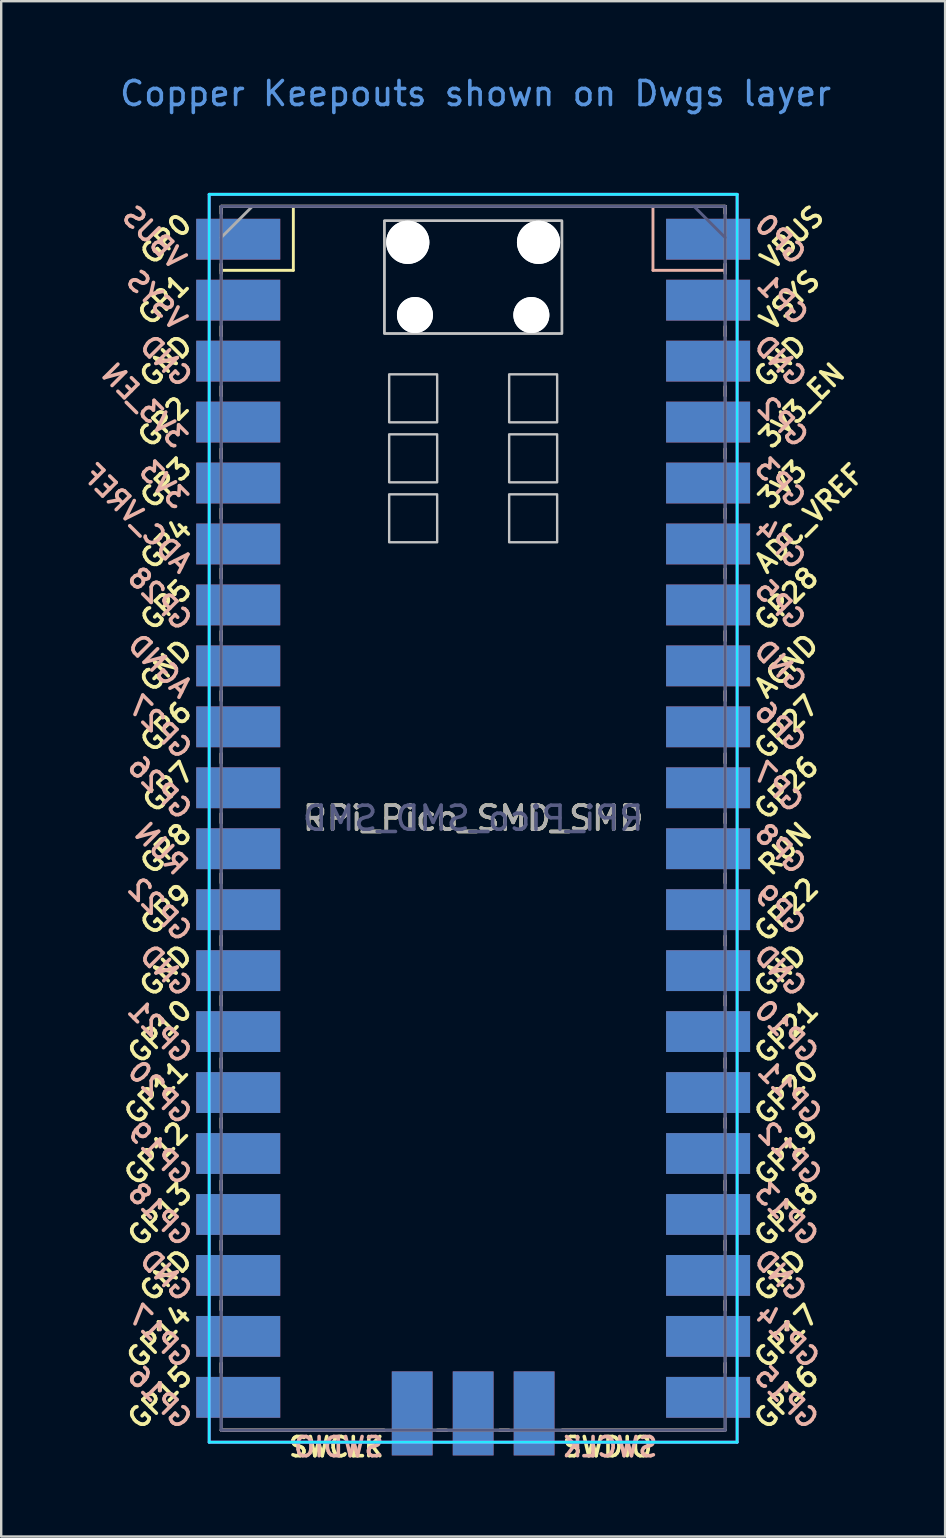
<source format=kicad_pcb>
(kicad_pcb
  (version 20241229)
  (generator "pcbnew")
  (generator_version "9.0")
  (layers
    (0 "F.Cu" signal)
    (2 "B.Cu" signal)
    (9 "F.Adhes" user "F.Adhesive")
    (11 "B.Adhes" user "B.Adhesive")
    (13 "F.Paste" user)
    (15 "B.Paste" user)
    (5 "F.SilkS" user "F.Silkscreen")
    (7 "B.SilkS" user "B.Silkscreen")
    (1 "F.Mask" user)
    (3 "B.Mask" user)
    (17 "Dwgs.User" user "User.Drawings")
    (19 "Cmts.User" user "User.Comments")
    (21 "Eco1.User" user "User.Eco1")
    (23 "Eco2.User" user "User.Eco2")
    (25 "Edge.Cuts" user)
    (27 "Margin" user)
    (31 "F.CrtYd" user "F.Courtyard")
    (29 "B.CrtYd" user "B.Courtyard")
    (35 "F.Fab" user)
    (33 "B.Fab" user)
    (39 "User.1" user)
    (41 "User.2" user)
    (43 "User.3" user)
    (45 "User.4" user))
  (footprint "RPi_Pico_SMD_SMD"
    (layer "F.Cu")
    (at 16.667 31.048)
    (property "Reference" "RPi_Pico_SMD_SMD" (at 0 0 0) (layer "F.SilkS") (effects (font (size 1 1) (thickness 0.15))))
    (attr through_hole)
    (fp_line (start -10.5 -25.5) (end -10.5 -25.2) (stroke (width 0.12) (type solid)) (layer "F.SilkS"))
    (fp_line (start -10.5 -25.5) (end 10.5 -25.5) (stroke (width 0.12) (type solid)) (layer "F.SilkS"))
    (fp_line (start -10.5 -23.1) (end -10.5 -22.7) (stroke (width 0.12) (type solid)) (layer "F.SilkS"))
    (fp_line (start -10.5 -22.833) (end -7.493 -22.833) (stroke (width 0.12) (type solid)) (layer "F.SilkS"))
    (fp_line (start -10.5 -20.5) (end -10.5 -20.1) (stroke (width 0.12) (type solid)) (layer "F.SilkS"))
    (fp_line (start -10.5 -18) (end -10.5 -17.6) (stroke (width 0.12) (type solid)) (layer "F.SilkS"))
    (fp_line (start -10.5 -15.4) (end -10.5 -15) (stroke (width 0.12) (type solid)) (layer "F.SilkS"))
    (fp_line (start -10.5 -12.9) (end -10.5 -12.5) (stroke (width 0.12) (type solid)) (layer "F.SilkS"))
    (fp_line (start -10.5 -10.4) (end -10.5 -10) (stroke (width 0.12) (type solid)) (layer "F.SilkS"))
    (fp_line (start -10.5 -7.8) (end -10.5 -7.4) (stroke (width 0.12) (type solid)) (layer "F.SilkS"))
    (fp_line (start -10.5 -5.3) (end -10.5 -4.9) (stroke (width 0.12) (type solid)) (layer "F.SilkS"))
    (fp_line (start -10.5 -2.7) (end -10.5 -2.3) (stroke (width 0.12) (type solid)) (layer "F.SilkS"))
    (fp_line (start -10.5 -0.2) (end -10.5 0.2) (stroke (width 0.12) (type solid)) (layer "F.SilkS"))
    (fp_line (start -10.5 2.3) (end -10.5 2.7) (stroke (width 0.12) (type solid)) (layer "F.SilkS"))
    (fp_line (start -10.5 4.9) (end -10.5 5.3) (stroke (width 0.12) (type solid)) (layer "F.SilkS"))
    (fp_line (start -10.5 7.4) (end -10.5 7.8) (stroke (width 0.12) (type solid)) (layer "F.SilkS"))
    (fp_line (start -10.5 10) (end -10.5 10.4) (stroke (width 0.12) (type solid)) (layer "F.SilkS"))
    (fp_line (start -10.5 12.5) (end -10.5 12.9) (stroke (width 0.12) (type solid)) (layer "F.SilkS"))
    (fp_line (start -10.5 15.1) (end -10.5 15.5) (stroke (width 0.12) (type solid)) (layer "F.SilkS"))
    (fp_line (start -10.5 17.6) (end -10.5 18) (stroke (width 0.12) (type solid)) (layer "F.SilkS"))
    (fp_line (start -10.5 20.1) (end -10.5 20.5) (stroke (width 0.12) (type solid)) (layer "F.SilkS"))
    (fp_line (start -10.5 22.7) (end -10.5 23.1) (stroke (width 0.12) (type solid)) (layer "F.SilkS"))
    (fp_line (start -7.493 -22.833) (end -7.493 -25.5) (stroke (width 0.12) (type solid)) (layer "F.SilkS"))
    (fp_line (start -3.7 25.5) (end -10.5 25.5) (stroke (width 0.12) (type solid)) (layer "F.SilkS"))
    (fp_line (start -1.5 25.5) (end -1.1 25.5) (stroke (width 0.12) (type solid)) (layer "F.SilkS"))
    (fp_line (start 1.1 25.5) (end 1.5 25.5) (stroke (width 0.12) (type solid)) (layer "F.SilkS"))
    (fp_line (start 10.5 -25.5) (end 10.5 -25.2) (stroke (width 0.12) (type solid)) (layer "F.SilkS"))
    (fp_line (start 10.5 -23.1) (end 10.5 -22.7) (stroke (width 0.12) (type solid)) (layer "F.SilkS"))
    (fp_line (start 10.5 -20.5) (end 10.5 -20.1) (stroke (width 0.12) (type solid)) (layer "F.SilkS"))
    (fp_line (start 10.5 -18) (end 10.5 -17.6) (stroke (width 0.12) (type solid)) (layer "F.SilkS"))
    (fp_line (start 10.5 -15.4) (end 10.5 -15) (stroke (width 0.12) (type solid)) (layer "F.SilkS"))
    (fp_line (start 10.5 -12.9) (end 10.5 -12.5) (stroke (width 0.12) (type solid)) (layer "F.SilkS"))
    (fp_line (start 10.5 -10.4) (end 10.5 -10) (stroke (width 0.12) (type solid)) (layer "F.SilkS"))
    (fp_line (start 10.5 -7.8) (end 10.5 -7.4) (stroke (width 0.12) (type solid)) (layer "F.SilkS"))
    (fp_line (start 10.5 -5.3) (end 10.5 -4.9) (stroke (width 0.12) (type solid)) (layer "F.SilkS"))
    (fp_line (start 10.5 -2.7) (end 10.5 -2.3) (stroke (width 0.12) (type solid)) (layer "F.SilkS"))
    (fp_line (start 10.5 -0.2) (end 10.5 0.2) (stroke (width 0.12) (type solid)) (layer "F.SilkS"))
    (fp_line (start 10.5 2.3) (end 10.5 2.7) (stroke (width 0.12) (type solid)) (layer "F.SilkS"))
    (fp_line (start 10.5 4.9) (end 10.5 5.3) (stroke (width 0.12) (type solid)) (layer "F.SilkS"))
    (fp_line (start 10.5 7.4) (end 10.5 7.8) (stroke (width 0.12) (type solid)) (layer "F.SilkS"))
    (fp_line (start 10.5 10) (end 10.5 10.4) (stroke (width 0.12) (type solid)) (layer "F.SilkS"))
    (fp_line (start 10.5 12.5) (end 10.5 12.9) (stroke (width 0.12) (type solid)) (layer "F.SilkS"))
    (fp_line (start 10.5 15.1) (end 10.5 15.5) (stroke (width 0.12) (type solid)) (layer "F.SilkS"))
    (fp_line (start 10.5 17.6) (end 10.5 18) (stroke (width 0.12) (type solid)) (layer "F.SilkS"))
    (fp_line (start 10.5 20.1) (end 10.5 20.5) (stroke (width 0.12) (type solid)) (layer "F.SilkS"))
    (fp_line (start 10.5 22.7) (end 10.5 23.1) (stroke (width 0.12) (type solid)) (layer "F.SilkS"))
    (fp_line (start 10.5 25.5) (end 3.7 25.5) (stroke (width 0.12) (type solid)) (layer "F.SilkS"))
    (fp_line (start -10.5 -25.5) (end -10.5 -25.2) (stroke (width 0.12) (type solid)) (layer "B.SilkS"))
    (fp_line (start -10.5 -23.1) (end -10.5 -22.7) (stroke (width 0.12) (type solid)) (layer "B.SilkS"))
    (fp_line (start -10.5 -20.5) (end -10.5 -20.1) (stroke (width 0.12) (type solid)) (layer "B.SilkS"))
    (fp_line (start -10.5 -18) (end -10.5 -17.6) (stroke (width 0.12) (type solid)) (layer "B.SilkS"))
    (fp_line (start -10.5 -15.4) (end -10.5 -15) (stroke (width 0.12) (type solid)) (layer "B.SilkS"))
    (fp_line (start -10.5 -12.9) (end -10.5 -12.5) (stroke (width 0.12) (type solid)) (layer "B.SilkS"))
    (fp_line (start -10.5 -10.4) (end -10.5 -10) (stroke (width 0.12) (type solid)) (layer "B.SilkS"))
    (fp_line (start -10.5 -7.8) (end -10.5 -7.4) (stroke (width 0.12) (type solid)) (layer "B.SilkS"))
    (fp_line (start -10.5 -5.3) (end -10.5 -4.9) (stroke (width 0.12) (type solid)) (layer "B.SilkS"))
    (fp_line (start -10.5 -2.7) (end -10.5 -2.3) (stroke (width 0.12) (type solid)) (layer "B.SilkS"))
    (fp_line (start -10.5 -0.2) (end -10.5 0.2) (stroke (width 0.12) (type solid)) (layer "B.SilkS"))
    (fp_line (start -10.5 2.3) (end -10.5 2.7) (stroke (width 0.12) (type solid)) (layer "B.SilkS"))
    (fp_line (start -10.5 4.9) (end -10.5 5.3) (stroke (width 0.12) (type solid)) (layer "B.SilkS"))
    (fp_line (start -10.5 7.4) (end -10.5 7.8) (stroke (width 0.12) (type solid)) (layer "B.SilkS"))
    (fp_line (start -10.5 10) (end -10.5 10.4) (stroke (width 0.12) (type solid)) (layer "B.SilkS"))
    (fp_line (start -10.5 12.5) (end -10.5 12.9) (stroke (width 0.12) (type solid)) (layer "B.SilkS"))
    (fp_line (start -10.5 15.1) (end -10.5 15.5) (stroke (width 0.12) (type solid)) (layer "B.SilkS"))
    (fp_line (start -10.5 17.6) (end -10.5 18) (stroke (width 0.12) (type solid)) (layer "B.SilkS"))
    (fp_line (start -10.5 20.1) (end -10.5 20.5) (stroke (width 0.12) (type solid)) (layer "B.SilkS"))
    (fp_line (start -10.5 22.7) (end -10.5 23.1) (stroke (width 0.12) (type solid)) (layer "B.SilkS"))
    (fp_line (start -10.5 25.5) (end -3.7 25.5) (stroke (width 0.12) (type solid)) (layer "B.SilkS"))
    (fp_line (start -1.1 25.5) (end -1.5 25.5) (stroke (width 0.12) (type solid)) (layer "B.SilkS"))
    (fp_line (start 1.5 25.5) (end 1.1 25.5) (stroke (width 0.12) (type solid)) (layer "B.SilkS"))
    (fp_line (start 3.7 25.5) (end 10.5 25.5) (stroke (width 0.12) (type solid)) (layer "B.SilkS"))
    (fp_line (start 7.493 -22.833) (end 7.493 -25.5) (stroke (width 0.12) (type solid)) (layer "B.SilkS"))
    (fp_line (start 10.5 -25.5) (end -10.5 -25.5) (stroke (width 0.12) (type solid)) (layer "B.SilkS"))
    (fp_line (start 10.5 -25.5) (end 10.5 -25.2) (stroke (width 0.12) (type solid)) (layer "B.SilkS"))
    (fp_line (start 10.5 -23.1) (end 10.5 -22.7) (stroke (width 0.12) (type solid)) (layer "B.SilkS"))
    (fp_line (start 10.5 -22.833) (end 7.493 -22.833) (stroke (width 0.12) (type solid)) (layer "B.SilkS"))
    (fp_line (start 10.5 -20.5) (end 10.5 -20.1) (stroke (width 0.12) (type solid)) (layer "B.SilkS"))
    (fp_line (start 10.5 -18) (end 10.5 -17.6) (stroke (width 0.12) (type solid)) (layer "B.SilkS"))
    (fp_line (start 10.5 -15.4) (end 10.5 -15) (stroke (width 0.12) (type solid)) (layer "B.SilkS"))
    (fp_line (start 10.5 -12.9) (end 10.5 -12.5) (stroke (width 0.12) (type solid)) (layer "B.SilkS"))
    (fp_line (start 10.5 -10.4) (end 10.5 -10) (stroke (width 0.12) (type solid)) (layer "B.SilkS"))
    (fp_line (start 10.5 -7.8) (end 10.5 -7.4) (stroke (width 0.12) (type solid)) (layer "B.SilkS"))
    (fp_line (start 10.5 -5.3) (end 10.5 -4.9) (stroke (width 0.12) (type solid)) (layer "B.SilkS"))
    (fp_line (start 10.5 -2.7) (end 10.5 -2.3) (stroke (width 0.12) (type solid)) (layer "B.SilkS"))
    (fp_line (start 10.5 -0.2) (end 10.5 0.2) (stroke (width 0.12) (type solid)) (layer "B.SilkS"))
    (fp_line (start 10.5 2.3) (end 10.5 2.7) (stroke (width 0.12) (type solid)) (layer "B.SilkS"))
    (fp_line (start 10.5 4.9) (end 10.5 5.3) (stroke (width 0.12) (type solid)) (layer "B.SilkS"))
    (fp_line (start 10.5 7.4) (end 10.5 7.8) (stroke (width 0.12) (type solid)) (layer "B.SilkS"))
    (fp_line (start 10.5 10) (end 10.5 10.4) (stroke (width 0.12) (type solid)) (layer "B.SilkS"))
    (fp_line (start 10.5 12.5) (end 10.5 12.9) (stroke (width 0.12) (type solid)) (layer "B.SilkS"))
    (fp_line (start 10.5 15.1) (end 10.5 15.5) (stroke (width 0.12) (type solid)) (layer "B.SilkS"))
    (fp_line (start 10.5 17.6) (end 10.5 18) (stroke (width 0.12) (type solid)) (layer "B.SilkS"))
    (fp_line (start 10.5 20.1) (end 10.5 20.5) (stroke (width 0.12) (type solid)) (layer "B.SilkS"))
    (fp_line (start 10.5 22.7) (end 10.5 23.1) (stroke (width 0.12) (type solid)) (layer "B.SilkS"))
    (fp_poly (pts (xy -3.7 -20.2) (xy 3.7 -20.2) (xy 3.7 -24.9) (xy -3.7 -24.9)) (stroke (width 0.1) (type solid)) (fill no) (layer "Dwgs.User"))
    (fp_poly (pts (xy -1.5 -16.5) (xy -3.5 -16.5) (xy -3.5 -18.5) (xy -1.5 -18.5)) (stroke (width 0.1) (type solid)) (fill no) (layer "Dwgs.User"))
    (fp_poly (pts (xy -1.5 -14) (xy -3.5 -14) (xy -3.5 -16) (xy -1.5 -16)) (stroke (width 0.1) (type solid)) (fill no) (layer "Dwgs.User"))
    (fp_poly (pts (xy -1.5 -11.5) (xy -3.5 -11.5) (xy -3.5 -13.5) (xy -1.5 -13.5)) (stroke (width 0.1) (type solid)) (fill no) (layer "Dwgs.User"))
    (fp_poly (pts (xy 1.5 -16.5) (xy 3.5 -16.5) (xy 3.5 -18.5) (xy 1.5 -18.5)) (stroke (width 0.1) (type solid)) (fill no) (layer "Dwgs.User"))
    (fp_poly (pts (xy 1.5 -14) (xy 3.5 -14) (xy 3.5 -16) (xy 1.5 -16)) (stroke (width 0.1) (type solid)) (fill no) (layer "Dwgs.User"))
    (fp_poly (pts (xy 1.5 -11.5) (xy 3.5 -11.5) (xy 3.5 -13.5) (xy 1.5 -13.5)) (stroke (width 0.1) (type solid)) (fill no) (layer "Dwgs.User"))
    (fp_poly (pts (xy 3.7 -20.2) (xy -3.7 -20.2) (xy -3.7 -24.9) (xy 3.7 -24.9)) (stroke (width 0.1) (type solid)) (fill no) (layer "Dwgs.User"))
    (fp_line (start -11 -26) (end -11 26) (stroke (width 0.12) (type solid)) (layer "B.CrtYd"))
    (fp_line (start -11 26) (end 11 26) (stroke (width 0.12) (type solid)) (layer "B.CrtYd"))
    (fp_line (start 11 -26) (end -11 -26) (stroke (width 0.12) (type solid)) (layer "B.CrtYd"))
    (fp_line (start 11 26) (end 11 -26) (stroke (width 0.12) (type solid)) (layer "B.CrtYd"))
    (fp_line (start -11 -26) (end 11 -26) (stroke (width 0.12) (type solid)) (layer "F.CrtYd"))
    (fp_line (start -11 26) (end -11 -26) (stroke (width 0.12) (type solid)) (layer "F.CrtYd"))
    (fp_line (start 11 -26) (end 11 26) (stroke (width 0.12) (type solid)) (layer "F.CrtYd"))
    (fp_line (start 11 26) (end -11 26) (stroke (width 0.12) (type solid)) (layer "F.CrtYd"))
    (fp_line (start -10.5 -25.5) (end -10.5 25.5) (stroke (width 0.12) (type solid)) (layer "B.Fab"))
    (fp_line (start -10.5 25.5) (end 10.5 25.5) (stroke (width 0.12) (type solid)) (layer "B.Fab"))
    (fp_line (start 10.5 -25.5) (end -10.5 -25.5) (stroke (width 0.12) (type solid)) (layer "B.Fab"))
    (fp_line (start 10.5 -24.2) (end 9.2 -25.5) (stroke (width 0.12) (type solid)) (layer "B.Fab"))
    (fp_line (start 10.5 25.5) (end 10.5 -25.5) (stroke (width 0.12) (type solid)) (layer "B.Fab"))
    (fp_line (start -10.5 -25.5) (end 10.5 -25.5) (stroke (width 0.12) (type solid)) (layer "F.Fab"))
    (fp_line (start -10.5 -24.2) (end -9.2 -25.5) (stroke (width 0.12) (type solid)) (layer "F.Fab"))
    (fp_line (start -10.5 25.5) (end -10.5 -25.5) (stroke (width 0.12) (type solid)) (layer "F.Fab"))
    (fp_line (start 10.5 -25.5) (end 10.5 25.5) (stroke (width 0.12) (type solid)) (layer "F.Fab"))
    (fp_line (start 10.5 25.5) (end -10.5 25.5) (stroke (width 0.12) (type solid)) (layer "F.Fab"))
    (fp_text user "GP26" (at 13.054 -1.27 45) (layer "F.SilkS") (effects (font (size 0.8 0.8) (thickness 0.15))))
    (fp_text user "GP11" (at -13.2 11.43 45) (layer "F.SilkS") (effects (font (size 0.8 0.8) (thickness 0.15))))
    (fp_text user "GP15" (at -13.054 24.13 45) (layer "F.SilkS") (effects (font (size 0.8 0.8) (thickness 0.15))))
    (fp_text user "GND" (at -12.8 19.05 45) (layer "F.SilkS") (effects (font (size 0.8 0.8) (thickness 0.15))))
    (fp_text user "GP7" (at -12.7 -1.3 45) (layer "F.SilkS") (effects (font (size 0.8 0.8) (thickness 0.15))))
    (fp_text user "GP16" (at 13.054 24.13 45) (layer "F.SilkS") (effects (font (size 0.8 0.8) (thickness 0.15))))
    (fp_text user "GND" (at -12.8 6.35 45) (layer "F.SilkS") (effects (font (size 0.8 0.8) (thickness 0.15))))
    (fp_text user "GP6" (at -12.8 -3.81 45) (layer "F.SilkS") (effects (font (size 0.8 0.8) (thickness 0.15))))
    (fp_text user "GP27" (at 13.054 -3.8 45) (layer "F.SilkS") (effects (font (size 0.8 0.8) (thickness 0.15))))
    (fp_text user "GP8" (at -12.8 1.27 45) (layer "F.SilkS") (effects (font (size 0.8 0.8) (thickness 0.15))))
    (fp_text user "GND" (at -12.8 -19.05 45) (layer "F.SilkS") (effects (font (size 0.8 0.8) (thickness 0.15))))
    (fp_text user "GP12" (at -13.2 13.97 45) (layer "F.SilkS") (effects (font (size 0.8 0.8) (thickness 0.15))))
    (fp_text user "GP13" (at -13.054 16.51 45) (layer "F.SilkS") (effects (font (size 0.8 0.8) (thickness 0.15))))
    (fp_text user "3V3_EN" (at 13.7 -17.2 45) (layer "F.SilkS") (effects (font (size 0.8 0.8) (thickness 0.15))))
    (fp_text user "GP18" (at 13.054 16.51 45) (layer "F.SilkS") (effects (font (size 0.8 0.8) (thickness 0.15))))
    (fp_text user "GP9" (at -12.8 3.81 45) (layer "F.SilkS") (effects (font (size 0.8 0.8) (thickness 0.15))))
    (fp_text user "GND" (at 12.8 6.35 45) (layer "F.SilkS") (effects (font (size 0.8 0.8) (thickness 0.15))))
    (fp_text user "GP14" (at -13.1 21.59 45) (layer "F.SilkS") (effects (font (size 0.8 0.8) (thickness 0.15))))
    (fp_text user "GND" (at -12.8 -6.35 45) (layer "F.SilkS") (effects (font (size 0.8 0.8) (thickness 0.15))))
    (fp_text user "GP21" (at 13.054 8.9 45) (layer "F.SilkS") (effects (font (size 0.8 0.8) (thickness 0.15))))
    (fp_text user "GP22" (at 13.054 3.81 45) (layer "F.SilkS") (effects (font (size 0.8 0.8) (thickness 0.15))))
    (fp_text user "AGND" (at 13.054 -6.35 45) (layer "F.SilkS") (effects (font (size 0.8 0.8) (thickness 0.15))))
    (fp_text user "GP4" (at -12.8 -11.43 45) (layer "F.SilkS") (effects (font (size 0.8 0.8) (thickness 0.15))))
    (fp_text user "GP2" (at -12.9 -16.51 45) (layer "F.SilkS") (effects (font (size 0.8 0.8) (thickness 0.15))))
    (fp_text user "GP17" (at 13.054 21.59 45) (layer "F.SilkS") (effects (font (size 0.8 0.8) (thickness 0.15))))
    (fp_text user "RUN" (at 13 1.27 45) (layer "F.SilkS") (effects (font (size 0.8 0.8) (thickness 0.15))))
    (fp_text user "GP28" (at 13.054 -9.144 45) (layer "F.SilkS") (effects (font (size 0.8 0.8) (thickness 0.15))))
    (fp_text user "GP5" (at -12.8 -8.89 45) (layer "F.SilkS") (effects (font (size 0.8 0.8) (thickness 0.15))))
    (fp_text user "GND" (at 12.8 -19.05 45) (layer "F.SilkS") (effects (font (size 0.8 0.8) (thickness 0.15))))
    (fp_text user "GND" (at 12.8 19.05 45) (layer "F.SilkS") (effects (font (size 0.8 0.8) (thickness 0.15))))
    (fp_text user "GP1" (at -12.9 -21.6 45) (layer "F.SilkS") (effects (font (size 0.8 0.8) (thickness 0.15))))
    (fp_text user "VBUS" (at 13.3 -24.2 45) (layer "F.SilkS") (effects (font (size 0.8 0.8) (thickness 0.15))))
    (fp_text user "3V3" (at 12.9 -13.9 45) (layer "F.SilkS") (effects (font (size 0.8 0.8) (thickness 0.15))))
    (fp_text user "SWDIO" (at 5.6 26.2 0) (layer "F.SilkS") (effects (font (size 0.8 0.8) (thickness 0.15))))
    (fp_text user "GP10" (at -13.054 8.89 45) (layer "F.SilkS") (effects (font (size 0.8 0.8) (thickness 0.15))))
    (fp_text user "ADC_VREF" (at 14 -12.5 45) (layer "F.SilkS") (effects (font (size 0.8 0.8) (thickness 0.15))))
    (fp_text user "GP0" (at -12.8 -24.13 45) (layer "F.SilkS") (effects (font (size 0.8 0.8) (thickness 0.15))))
    (fp_text user "SWCLK" (at -5.7 26.2 0) (layer "F.SilkS") (effects (font (size 0.8 0.8) (thickness 0.15))))
    (fp_text user "VSYS" (at 13.2 -21.59 45) (layer "F.SilkS") (effects (font (size 0.8 0.8) (thickness 0.15))))
    (fp_text user "GP3" (at -12.8 -13.97 45) (layer "F.SilkS") (effects (font (size 0.8 0.8) (thickness 0.15))))
    (fp_text user "GP20" (at 13.054 11.43 45) (layer "F.SilkS") (effects (font (size 0.8 0.8) (thickness 0.15))))
    (fp_text user "GP19" (at 13.054 13.97 45) (layer "F.SilkS") (effects (font (size 0.8 0.8) (thickness 0.15))))
    (fp_text user "GP22" (at -13.054 3.81 315) (layer "B.SilkS") (effects (font (size 0.8 0.8) (thickness 0.15)) (justify mirror)))
    (fp_text user "GND" (at -12.8 6.35 315) (layer "B.SilkS") (effects (font (size 0.8 0.8) (thickness 0.15)) (justify mirror)))
    (fp_text user "VSYS" (at -13.2 -21.59 315) (layer "B.SilkS") (effects (font (size 0.8 0.8) (thickness 0.15)) (justify mirror)))
    (fp_text user "GP27" (at -13.054 -3.8 315) (layer "B.SilkS") (effects (font (size 0.8 0.8) (thickness 0.15)) (justify mirror)))
    (fp_text user "GP7" (at 12.7 -1.3 315) (layer "B.SilkS") (effects (font (size 0.8 0.8) (thickness 0.15)) (justify mirror)))
    (fp_text user "GP21" (at -13.054 8.9 315) (layer "B.SilkS") (effects (font (size 0.8 0.8) (thickness 0.15)) (justify mirror)))
    (fp_text user "GP8" (at 12.8 1.27 315) (layer "B.SilkS") (effects (font (size 0.8 0.8) (thickness 0.15)) (justify mirror)))
    (fp_text user "GP2" (at 12.9 -16.51 315) (layer "B.SilkS") (effects (font (size 0.8 0.8) (thickness 0.15)) (justify mirror)))
    (fp_text user "GND" (at 12.8 6.35 315) (layer "B.SilkS") (effects (font (size 0.8 0.8) (thickness 0.15)) (justify mirror)))
    (fp_text user "GND" (at 12.8 19.05 315) (layer "B.SilkS") (effects (font (size 0.8 0.8) (thickness 0.15)) (justify mirror)))
    (fp_text user "3V3_EN" (at -13.7 -17.2 315) (layer "B.SilkS") (effects (font (size 0.8 0.8) (thickness 0.15)) (justify mirror)))
    (fp_text user "VBUS" (at -13.3 -24.2 315) (layer "B.SilkS") (effects (font (size 0.8 0.8) (thickness 0.15)) (justify mirror)))
    (fp_text user "GND" (at 12.8 -6.35 315) (layer "B.SilkS") (effects (font (size 0.8 0.8) (thickness 0.15)) (justify mirror)))
    (fp_text user "GND" (at 12.8 -19.05 315) (layer "B.SilkS") (effects (font (size 0.8 0.8) (thickness 0.15)) (justify mirror)))
    (fp_text user "GND" (at -12.8 19.05 315) (layer "B.SilkS") (effects (font (size 0.8 0.8) (thickness 0.15)) (justify mirror)))
    (fp_text user "GP17" (at -13.054 21.59 315) (layer "B.SilkS") (effects (font (size 0.8 0.8) (thickness 0.15)) (justify mirror)))
    (fp_text user "GP19" (at -13.054 13.97 315) (layer "B.SilkS") (effects (font (size 0.8 0.8) (thickness 0.15)) (justify mirror)))
    (fp_text user "GP12" (at 13.2 13.97 315) (layer "B.SilkS") (effects (font (size 0.8 0.8) (thickness 0.15)) (justify mirror)))
    (fp_text user "RUN" (at -13 1.27 315) (layer "B.SilkS") (effects (font (size 0.8 0.8) (thickness 0.15)) (justify mirror)))
    (fp_text user "GP0" (at 12.8 -24.13 315) (layer "B.SilkS") (effects (font (size 0.8 0.8) (thickness 0.15)) (justify mirror)))
    (fp_text user "GP4" (at 12.8 -11.43 315) (layer "B.SilkS") (effects (font (size 0.8 0.8) (thickness 0.15)) (justify mirror)))
    (fp_text user "GP9" (at 12.8 3.81 315) (layer "B.SilkS") (effects (font (size 0.8 0.8) (thickness 0.15)) (justify mirror)))
    (fp_text user "GND" (at -12.8 -19.05 315) (layer "B.SilkS") (effects (font (size 0.8 0.8) (thickness 0.15)) (justify mirror)))
    (fp_text user "SWCLK" (at 5.7 26.2 0) (layer "B.SilkS") (effects (font (size 0.8 0.8) (thickness 0.15)) (justify mirror)))
    (fp_text user "GP14" (at 13.1 21.59 315) (layer "B.SilkS") (effects (font (size 0.8 0.8) (thickness 0.15)) (justify mirror)))
    (fp_text user "GP15" (at 13.054 24.13 315) (layer "B.SilkS") (effects (font (size 0.8 0.8) (thickness 0.15)) (justify mirror)))
    (fp_text user "GP5" (at 12.8 -8.89 315) (layer "B.SilkS") (effects (font (size 0.8 0.8) (thickness 0.15)) (justify mirror)))
    (fp_text user "GP1" (at 12.9 -21.6 315) (layer "B.SilkS") (effects (font (size 0.8 0.8) (thickness 0.15)) (justify mirror)))
    (fp_text user "GP3" (at 12.8 -13.97 315) (layer "B.SilkS") (effects (font (size 0.8 0.8) (thickness 0.15)) (justify mirror)))
    (fp_text user "GP26" (at -13.054 -1.27 315) (layer "B.SilkS") (effects (font (size 0.8 0.8) (thickness 0.15)) (justify mirror)))
    (fp_text user "GP6" (at 12.8 -3.81 315) (layer "B.SilkS") (effects (font (size 0.8 0.8) (thickness 0.15)) (justify mirror)))
    (fp_text user "GP13" (at 13.054 16.51 315) (layer "B.SilkS") (effects (font (size 0.8 0.8) (thickness 0.15)) (justify mirror)))
    (fp_text user "AGND" (at -13.054 -6.35 315) (layer "B.SilkS") (effects (font (size 0.8 0.8) (thickness 0.15)) (justify mirror)))
    (fp_text user "SWDIO" (at -5.6 26.2 0) (layer "B.SilkS") (effects (font (size 0.8 0.8) (thickness 0.15)) (justify mirror)))
    (fp_text user "ADC_VREF" (at -14 -12.5 315) (layer "B.SilkS") (effects (font (size 0.8 0.8) (thickness 0.15)) (justify mirror)))
    (fp_text user "3V3" (at -12.9 -13.9 315) (layer "B.SilkS") (effects (font (size 0.8 0.8) (thickness 0.15)) (justify mirror)))
    (fp_text user "GP11" (at 13.2 11.43 315) (layer "B.SilkS") (effects (font (size 0.8 0.8) (thickness 0.15)) (justify mirror)))
    (fp_text user "GP28" (at -13.054 -9.144 315) (layer "B.SilkS") (effects (font (size 0.8 0.8) (thickness 0.15)) (justify mirror)))
    (fp_text user "GP20" (at -13.054 11.43 315) (layer "B.SilkS") (effects (font (size 0.8 0.8) (thickness 0.15)) (justify mirror)))
    (fp_text user "GP18" (at -13.054 16.51 315) (layer "B.SilkS") (effects (font (size 0.8 0.8) (thickness 0.15)) (justify mirror)))
    (fp_text user "GP16" (at -13.054 24.13 315) (layer "B.SilkS") (effects (font (size 0.8 0.8) (thickness 0.15)) (justify mirror)))
    (fp_text user "GP10" (at 13.054 8.89 315) (layer "B.SilkS") (effects (font (size 0.8 0.8) (thickness 0.15)) (justify mirror)))
    (fp_text user "Copper Keepouts shown on Dwgs layer" (at 0.1 -30.2 0) (layer "Cmts.User") (effects (font (size 1 1) (thickness 0.15))))
    (fp_text user "${REFERENCE}" (at 0 0 180) (layer "B.Fab") (effects (font (size 1 1) (thickness 0.15)) (justify mirror)))
    (fp_text user "${REFERENCE}" (at 0 0 180) (layer "F.Fab") (effects (font (size 1 1) (thickness 0.15))))
    (pad "" np_thru_hole oval (at -2.725 -24) (size 1.8 1.8) (drill 1.8) (layers "*.Cu" "*.Mask"))
    (pad "" np_thru_hole oval (at -2.725 -24) (size 1.8 1.8) (drill 1.8) (layers "*.Cu" "*.Mask"))
    (pad "" np_thru_hole oval (at -2.425 -20.97) (size 1.5 1.5) (drill 1.5) (layers "*.Cu" "*.Mask"))
    (pad "" np_thru_hole oval (at -2.425 -20.97) (size 1.5 1.5) (drill 1.5) (layers "*.Cu" "*.Mask"))
    (pad "" np_thru_hole oval (at 2.425 -20.97) (size 1.5 1.5) (drill 1.5) (layers "*.Cu" "*.Mask"))
    (pad "" np_thru_hole oval (at 2.425 -20.97) (size 1.5 1.5) (drill 1.5) (layers "*.Cu" "*.Mask"))
    (pad "" np_thru_hole oval (at 2.725 -24) (size 1.8 1.8) (drill 1.8) (layers "*.Cu" "*.Mask"))
    (pad "" np_thru_hole oval (at 2.725 -24) (size 1.8 1.8) (drill 1.8) (layers "*.Cu" "*.Mask"))
    (pad "1" smd rect (at -8.89 -24.13) (size 3.5 1.7) (drill (offset -0.9 0)) (layers "F.Cu" "F.Mask"))
    (pad "1" smd rect (at 8.89 -24.13) (size 3.5 1.7) (drill (offset 0.9 0)) (layers "B.Cu" "B.Mask"))
    (pad "2" smd rect (at -8.89 -21.59) (size 3.5 1.7) (drill (offset -0.9 0)) (layers "F.Cu" "F.Mask"))
    (pad "2" smd rect (at 8.89 -21.59) (size 3.5 1.7) (drill (offset 0.9 0)) (layers "B.Cu" "B.Mask"))
    (pad "3" smd rect (at -8.89 -19.05) (size 3.5 1.7) (drill (offset -0.9 0)) (layers "F.Cu" "F.Mask"))
    (pad "3" smd rect (at 8.89 -19.05) (size 3.5 1.7) (drill (offset 0.9 0)) (layers "B.Cu" "B.Mask"))
    (pad "4" smd rect (at -8.89 -16.51) (size 3.5 1.7) (drill (offset -0.9 0)) (layers "F.Cu" "F.Mask"))
    (pad "4" smd rect (at 8.89 -16.51) (size 3.5 1.7) (drill (offset 0.9 0)) (layers "B.Cu" "B.Mask"))
    (pad "5" smd rect (at -8.89 -13.97) (size 3.5 1.7) (drill (offset -0.9 0)) (layers "F.Cu" "F.Mask"))
    (pad "5" smd rect (at 8.89 -13.97) (size 3.5 1.7) (drill (offset 0.9 0)) (layers "B.Cu" "B.Mask"))
    (pad "6" smd rect (at -8.89 -11.43) (size 3.5 1.7) (drill (offset -0.9 0)) (layers "F.Cu" "F.Mask"))
    (pad "6" smd rect (at 8.89 -11.43) (size 3.5 1.7) (drill (offset 0.9 0)) (layers "B.Cu" "B.Mask"))
    (pad "7" smd rect (at -8.89 -8.89) (size 3.5 1.7) (drill (offset -0.9 0)) (layers "F.Cu" "F.Mask"))
    (pad "7" smd rect (at 8.89 -8.89) (size 3.5 1.7) (drill (offset 0.9 0)) (layers "B.Cu" "B.Mask"))
    (pad "8" smd rect (at -8.89 -6.35) (size 3.5 1.7) (drill (offset -0.9 0)) (layers "F.Cu" "F.Mask"))
    (pad "8" smd rect (at 8.89 -6.35) (size 3.5 1.7) (drill (offset 0.9 0)) (layers "B.Cu" "B.Mask"))
    (pad "9" smd rect (at -8.89 -3.81) (size 3.5 1.7) (drill (offset -0.9 0)) (layers "F.Cu" "F.Mask"))
    (pad "9" smd rect (at 8.89 -3.81) (size 3.5 1.7) (drill (offset 0.9 0)) (layers "B.Cu" "B.Mask"))
    (pad "10" smd rect (at -8.89 -1.27) (size 3.5 1.7) (drill (offset -0.9 0)) (layers "F.Cu" "F.Mask"))
    (pad "10" smd rect (at 8.89 -1.27) (size 3.5 1.7) (drill (offset 0.9 0)) (layers "B.Cu" "B.Mask"))
    (pad "11" smd rect (at -8.89 1.27) (size 3.5 1.7) (drill (offset -0.9 0)) (layers "F.Cu" "F.Mask"))
    (pad "11" smd rect (at 8.89 1.27) (size 3.5 1.7) (drill (offset 0.9 0)) (layers "B.Cu" "B.Mask"))
    (pad "12" smd rect (at -8.89 3.81) (size 3.5 1.7) (drill (offset -0.9 0)) (layers "F.Cu" "F.Mask"))
    (pad "12" smd rect (at 8.89 3.81) (size 3.5 1.7) (drill (offset 0.9 0)) (layers "B.Cu" "B.Mask"))
    (pad "13" smd rect (at -8.89 6.35) (size 3.5 1.7) (drill (offset -0.9 0)) (layers "F.Cu" "F.Mask"))
    (pad "13" smd rect (at 8.89 6.35) (size 3.5 1.7) (drill (offset 0.9 0)) (layers "B.Cu" "B.Mask"))
    (pad "14" smd rect (at -8.89 8.89) (size 3.5 1.7) (drill (offset -0.9 0)) (layers "F.Cu" "F.Mask"))
    (pad "14" smd rect (at 8.89 8.89) (size 3.5 1.7) (drill (offset 0.9 0)) (layers "B.Cu" "B.Mask"))
    (pad "15" smd rect (at -8.89 11.43) (size 3.5 1.7) (drill (offset -0.9 0)) (layers "F.Cu" "F.Mask"))
    (pad "15" smd rect (at 8.89 11.43) (size 3.5 1.7) (drill (offset 0.9 0)) (layers "B.Cu" "B.Mask"))
    (pad "16" smd rect (at -8.89 13.97) (size 3.5 1.7) (drill (offset -0.9 0)) (layers "F.Cu" "F.Mask"))
    (pad "16" smd rect (at 8.89 13.97) (size 3.5 1.7) (drill (offset 0.9 0)) (layers "B.Cu" "B.Mask"))
    (pad "17" smd rect (at -8.89 16.51) (size 3.5 1.7) (drill (offset -0.9 0)) (layers "F.Cu" "F.Mask"))
    (pad "17" smd rect (at 8.89 16.51) (size 3.5 1.7) (drill (offset 0.9 0)) (layers "B.Cu" "B.Mask"))
    (pad "18" smd rect (at -8.89 19.05) (size 3.5 1.7) (drill (offset -0.9 0)) (layers "F.Cu" "F.Mask"))
    (pad "18" smd rect (at 8.89 19.05) (size 3.5 1.7) (drill (offset 0.9 0)) (layers "B.Cu" "B.Mask"))
    (pad "19" smd rect (at -8.89 21.59) (size 3.5 1.7) (drill (offset -0.9 0)) (layers "F.Cu" "F.Mask"))
    (pad "19" smd rect (at 8.89 21.59) (size 3.5 1.7) (drill (offset 0.9 0)) (layers "B.Cu" "B.Mask"))
    (pad "20" smd rect (at -8.89 24.13) (size 3.5 1.7) (drill (offset -0.9 0)) (layers "F.Cu" "F.Mask"))
    (pad "20" smd rect (at 8.89 24.13) (size 3.5 1.7) (drill (offset 0.9 0)) (layers "B.Cu" "B.Mask"))
    (pad "21" smd rect (at -8.89 24.13) (size 3.5 1.7) (drill (offset -0.9 0)) (layers "B.Cu" "B.Mask"))
    (pad "21" smd rect (at 8.89 24.13) (size 3.5 1.7) (drill (offset 0.9 0)) (layers "F.Cu" "F.Mask"))
    (pad "22" smd rect (at -8.89 21.59) (size 3.5 1.7) (drill (offset -0.9 0)) (layers "B.Cu" "B.Mask"))
    (pad "22" smd rect (at 8.89 21.59) (size 3.5 1.7) (drill (offset 0.9 0)) (layers "F.Cu" "F.Mask"))
    (pad "23" smd rect (at -8.89 19.05) (size 3.5 1.7) (drill (offset -0.9 0)) (layers "B.Cu" "B.Mask"))
    (pad "23" smd rect (at 8.89 19.05) (size 3.5 1.7) (drill (offset 0.9 0)) (layers "F.Cu" "F.Mask"))
    (pad "24" smd rect (at -8.89 16.51) (size 3.5 1.7) (drill (offset -0.9 0)) (layers "B.Cu" "B.Mask"))
    (pad "24" smd rect (at 8.89 16.51) (size 3.5 1.7) (drill (offset 0.9 0)) (layers "F.Cu" "F.Mask"))
    (pad "25" smd rect (at -8.89 13.97) (size 3.5 1.7) (drill (offset -0.9 0)) (layers "B.Cu" "B.Mask"))
    (pad "25" smd rect (at 8.89 13.97) (size 3.5 1.7) (drill (offset 0.9 0)) (layers "F.Cu" "F.Mask"))
    (pad "26" smd rect (at -8.89 11.43) (size 3.5 1.7) (drill (offset -0.9 0)) (layers "B.Cu" "B.Mask"))
    (pad "26" smd rect (at 8.89 11.43) (size 3.5 1.7) (drill (offset 0.9 0)) (layers "F.Cu" "F.Mask"))
    (pad "27" smd rect (at -8.89 8.89) (size 3.5 1.7) (drill (offset -0.9 0)) (layers "B.Cu" "B.Mask"))
    (pad "27" smd rect (at 8.89 8.89) (size 3.5 1.7) (drill (offset 0.9 0)) (layers "F.Cu" "F.Mask"))
    (pad "28" smd rect (at -8.89 6.35) (size 3.5 1.7) (drill (offset -0.9 0)) (layers "B.Cu" "B.Mask"))
    (pad "28" smd rect (at 8.89 6.35) (size 3.5 1.7) (drill (offset 0.9 0)) (layers "F.Cu" "F.Mask"))
    (pad "29" smd rect (at -8.89 3.81) (size 3.5 1.7) (drill (offset -0.9 0)) (layers "B.Cu" "B.Mask"))
    (pad "29" smd rect (at 8.89 3.81) (size 3.5 1.7) (drill (offset 0.9 0)) (layers "F.Cu" "F.Mask"))
    (pad "30" smd rect (at -8.89 1.27) (size 3.5 1.7) (drill (offset -0.9 0)) (layers "B.Cu" "B.Mask"))
    (pad "30" smd rect (at 8.89 1.27) (size 3.5 1.7) (drill (offset 0.9 0)) (layers "F.Cu" "F.Mask"))
    (pad "31" smd rect (at -8.89 -1.27) (size 3.5 1.7) (drill (offset -0.9 0)) (layers "B.Cu" "B.Mask"))
    (pad "31" smd rect (at 8.89 -1.27) (size 3.5 1.7) (drill (offset 0.9 0)) (layers "F.Cu" "F.Mask"))
    (pad "32" smd rect (at -8.89 -3.81) (size 3.5 1.7) (drill (offset -0.9 0)) (layers "B.Cu" "B.Mask"))
    (pad "32" smd rect (at 8.89 -3.81) (size 3.5 1.7) (drill (offset 0.9 0)) (layers "F.Cu" "F.Mask"))
    (pad "33" smd rect (at -8.89 -6.35) (size 3.5 1.7) (drill (offset -0.9 0)) (layers "B.Cu" "B.Mask"))
    (pad "33" smd rect (at 8.89 -6.35) (size 3.5 1.7) (drill (offset 0.9 0)) (layers "F.Cu" "F.Mask"))
    (pad "34" smd rect (at -8.89 -8.89) (size 3.5 1.7) (drill (offset -0.9 0)) (layers "B.Cu" "B.Mask"))
    (pad "34" smd rect (at 8.89 -8.89) (size 3.5 1.7) (drill (offset 0.9 0)) (layers "F.Cu" "F.Mask"))
    (pad "35" smd rect (at -8.89 -11.43) (size 3.5 1.7) (drill (offset -0.9 0)) (layers "B.Cu" "B.Mask"))
    (pad "35" smd rect (at 8.89 -11.43) (size 3.5 1.7) (drill (offset 0.9 0)) (layers "F.Cu" "F.Mask"))
    (pad "36" smd rect (at -8.89 -13.97) (size 3.5 1.7) (drill (offset -0.9 0)) (layers "B.Cu" "B.Mask"))
    (pad "36" smd rect (at 8.89 -13.97) (size 3.5 1.7) (drill (offset 0.9 0)) (layers "F.Cu" "F.Mask"))
    (pad "37" smd rect (at -8.89 -16.51) (size 3.5 1.7) (drill (offset -0.9 0)) (layers "B.Cu" "B.Mask"))
    (pad "37" smd rect (at 8.89 -16.51) (size 3.5 1.7) (drill (offset 0.9 0)) (layers "F.Cu" "F.Mask"))
    (pad "38" smd rect (at -8.89 -19.05) (size 3.5 1.7) (drill (offset -0.9 0)) (layers "B.Cu" "B.Mask"))
    (pad "38" smd rect (at 8.89 -19.05) (size 3.5 1.7) (drill (offset 0.9 0)) (layers "F.Cu" "F.Mask"))
    (pad "39" smd rect (at -8.89 -21.59) (size 3.5 1.7) (drill (offset -0.9 0)) (layers "B.Cu" "B.Mask"))
    (pad "39" smd rect (at 8.89 -21.59) (size 3.5 1.7) (drill (offset 0.9 0)) (layers "F.Cu" "F.Mask"))
    (pad "40" smd rect (at -8.89 -24.13) (size 3.5 1.7) (drill (offset -0.9 0)) (layers "B.Cu" "B.Mask"))
    (pad "40" smd rect (at 8.89 -24.13) (size 3.5 1.7) (drill (offset 0.9 0)) (layers "F.Cu" "F.Mask"))
    (pad "41" smd rect (at -2.54 23.9 90) (size 3.5 1.7) (drill (offset -0.9 0)) (layers "F.Cu" "F.Mask"))
    (pad "41" smd rect (at 2.54 23.9 270) (size 3.5 1.7) (drill (offset 0.9 0)) (layers "B.Cu" "B.Mask"))
    (pad "42" smd rect (at 0 23.9 90) (size 3.5 1.7) (drill (offset -0.9 0)) (layers "F.Cu" "F.Mask"))
    (pad "42" smd rect (at 0 23.9 270) (size 3.5 1.7) (drill (offset 0.9 0)) (layers "B.Cu" "B.Mask"))
    (pad "43" smd rect (at -2.54 23.9 270) (size 3.5 1.7) (drill (offset 0.9 0)) (layers "B.Cu" "B.Mask"))
    (pad "43" smd rect (at 2.54 23.9 90) (size 3.5 1.7) (drill (offset -0.9 0)) (layers "F.Cu" "F.Mask")))
  (gr_rect
    (start -3 -3)
    (end 36.334 60.98)
    (stroke (width 0.1) (type default))
    (fill no)
    (layer "Edge.Cuts")))
</source>
